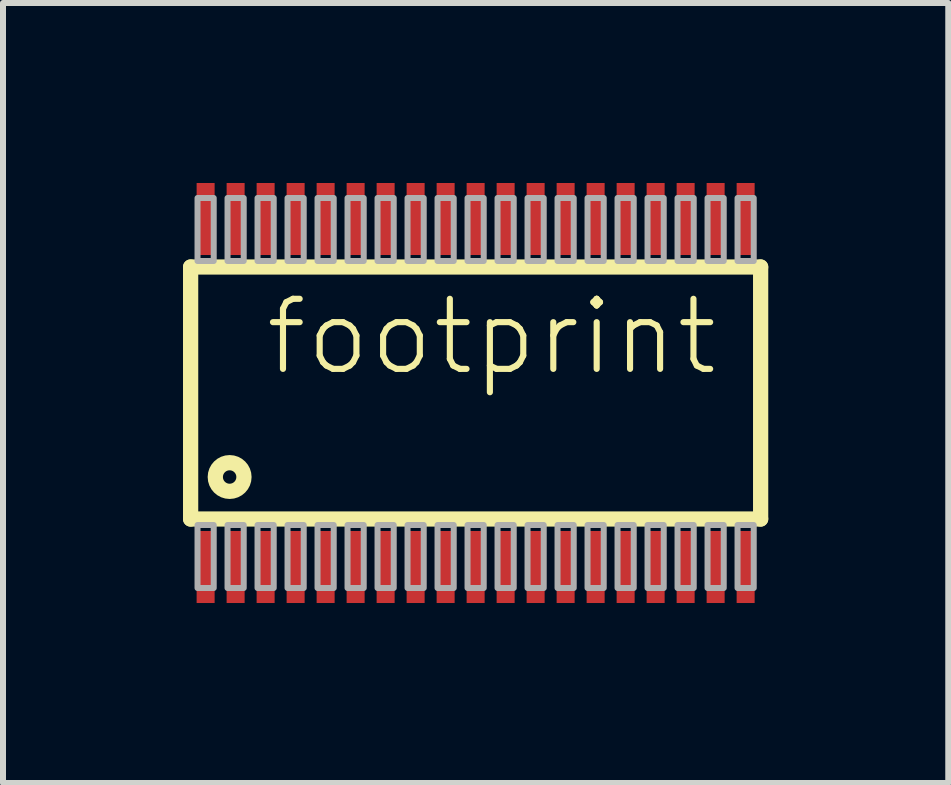
<source format=kicad_pcb>
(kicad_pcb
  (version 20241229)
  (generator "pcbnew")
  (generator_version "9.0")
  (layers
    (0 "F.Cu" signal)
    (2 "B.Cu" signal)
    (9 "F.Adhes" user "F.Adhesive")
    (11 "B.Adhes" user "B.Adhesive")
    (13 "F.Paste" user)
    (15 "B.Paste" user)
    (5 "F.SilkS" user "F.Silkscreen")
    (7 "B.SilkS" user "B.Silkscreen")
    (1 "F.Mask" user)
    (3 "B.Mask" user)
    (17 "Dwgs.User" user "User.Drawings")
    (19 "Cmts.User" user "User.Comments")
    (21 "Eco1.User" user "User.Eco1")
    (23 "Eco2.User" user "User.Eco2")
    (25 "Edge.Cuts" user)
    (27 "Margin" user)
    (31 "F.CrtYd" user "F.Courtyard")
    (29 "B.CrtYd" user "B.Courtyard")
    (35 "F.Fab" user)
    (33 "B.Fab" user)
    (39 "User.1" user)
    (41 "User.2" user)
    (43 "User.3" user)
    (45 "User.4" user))
  (footprint "footprint"
    (layer "F.Cu")
    (at 4.877 3.5)
    (property "Reference" "footprint" (at -3.556 -0.254 0) (layer "F.SilkS") (effects (font (size 1.168 1.168) (thickness 0.102)) (justify left bottom)))
    (fp_line (start -4.75 -2.1) (end -4.75 2.1) (stroke (width 0.254) (type solid)) (layer "F.SilkS"))
    (fp_line (start -4.75 2.1) (end 4.75 2.1) (stroke (width 0.254) (type solid)) (layer "F.SilkS"))
    (fp_line (start 4.75 -2.1) (end -4.75 -2.1) (stroke (width 0.254) (type solid)) (layer "F.SilkS"))
    (fp_line (start 4.75 2.1) (end 4.75 -2.1) (stroke (width 0.254) (type solid)) (layer "F.SilkS"))
    (fp_circle (center -4.1 1.4) (end -3.988 1.4) (stroke (width 0.254) (type solid)) (fill no) (layer "F.SilkS"))
    (fp_poly (pts (xy -4.635 3.25) (xy -4.365 3.25) (xy -4.365 2.2) (xy -4.635 2.2)) (stroke (width 0.1) (type solid)) (fill no) (layer "F.Fab"))
    (fp_poly (pts (xy -4.365 -3.25) (xy -4.635 -3.25) (xy -4.635 -2.2) (xy -4.365 -2.2)) (stroke (width 0.1) (type solid)) (fill no) (layer "F.Fab"))
    (fp_poly (pts (xy -4.135 3.25) (xy -3.865 3.25) (xy -3.865 2.2) (xy -4.135 2.2)) (stroke (width 0.1) (type solid)) (fill no) (layer "F.Fab"))
    (fp_poly (pts (xy -3.865 -3.25) (xy -4.135 -3.25) (xy -4.135 -2.2) (xy -3.865 -2.2)) (stroke (width 0.1) (type solid)) (fill no) (layer "F.Fab"))
    (fp_poly (pts (xy -3.635 3.25) (xy -3.365 3.25) (xy -3.365 2.2) (xy -3.635 2.2)) (stroke (width 0.1) (type solid)) (fill no) (layer "F.Fab"))
    (fp_poly (pts (xy -3.365 -3.25) (xy -3.635 -3.25) (xy -3.635 -2.2) (xy -3.365 -2.2)) (stroke (width 0.1) (type solid)) (fill no) (layer "F.Fab"))
    (fp_poly (pts (xy -3.135 3.25) (xy -2.865 3.25) (xy -2.865 2.2) (xy -3.135 2.2)) (stroke (width 0.1) (type solid)) (fill no) (layer "F.Fab"))
    (fp_poly (pts (xy -2.865 -3.25) (xy -3.135 -3.25) (xy -3.135 -2.2) (xy -2.865 -2.2)) (stroke (width 0.1) (type solid)) (fill no) (layer "F.Fab"))
    (fp_poly (pts (xy -2.635 3.25) (xy -2.365 3.25) (xy -2.365 2.2) (xy -2.635 2.2)) (stroke (width 0.1) (type solid)) (fill no) (layer "F.Fab"))
    (fp_poly (pts (xy -2.365 -3.25) (xy -2.635 -3.25) (xy -2.635 -2.2) (xy -2.365 -2.2)) (stroke (width 0.1) (type solid)) (fill no) (layer "F.Fab"))
    (fp_poly (pts (xy -2.135 3.25) (xy -1.865 3.25) (xy -1.865 2.2) (xy -2.135 2.2)) (stroke (width 0.1) (type solid)) (fill no) (layer "F.Fab"))
    (fp_poly (pts (xy -1.865 -3.25) (xy -2.135 -3.25) (xy -2.135 -2.2) (xy -1.865 -2.2)) (stroke (width 0.1) (type solid)) (fill no) (layer "F.Fab"))
    (fp_poly (pts (xy -1.635 3.25) (xy -1.365 3.25) (xy -1.365 2.2) (xy -1.635 2.2)) (stroke (width 0.1) (type solid)) (fill no) (layer "F.Fab"))
    (fp_poly (pts (xy -1.365 -3.25) (xy -1.635 -3.25) (xy -1.635 -2.2) (xy -1.365 -2.2)) (stroke (width 0.1) (type solid)) (fill no) (layer "F.Fab"))
    (fp_poly (pts (xy -1.135 3.25) (xy -0.865 3.25) (xy -0.865 2.2) (xy -1.135 2.2)) (stroke (width 0.1) (type solid)) (fill no) (layer "F.Fab"))
    (fp_poly (pts (xy -0.865 -3.25) (xy -1.135 -3.25) (xy -1.135 -2.2) (xy -0.865 -2.2)) (stroke (width 0.1) (type solid)) (fill no) (layer "F.Fab"))
    (fp_poly (pts (xy -0.635 3.25) (xy -0.365 3.25) (xy -0.365 2.2) (xy -0.635 2.2)) (stroke (width 0.1) (type solid)) (fill no) (layer "F.Fab"))
    (fp_poly (pts (xy -0.365 -3.25) (xy -0.635 -3.25) (xy -0.635 -2.2) (xy -0.365 -2.2)) (stroke (width 0.1) (type solid)) (fill no) (layer "F.Fab"))
    (fp_poly (pts (xy -0.135 3.25) (xy 0.135 3.25) (xy 0.135 2.2) (xy -0.135 2.2)) (stroke (width 0.1) (type solid)) (fill no) (layer "F.Fab"))
    (fp_poly (pts (xy 0.135 -3.25) (xy -0.135 -3.25) (xy -0.135 -2.2) (xy 0.135 -2.2)) (stroke (width 0.1) (type solid)) (fill no) (layer "F.Fab"))
    (fp_poly (pts (xy 0.365 3.25) (xy 0.635 3.25) (xy 0.635 2.2) (xy 0.365 2.2)) (stroke (width 0.1) (type solid)) (fill no) (layer "F.Fab"))
    (fp_poly (pts (xy 0.635 -3.25) (xy 0.365 -3.25) (xy 0.365 -2.2) (xy 0.635 -2.2)) (stroke (width 0.1) (type solid)) (fill no) (layer "F.Fab"))
    (fp_poly (pts (xy 0.865 3.25) (xy 1.135 3.25) (xy 1.135 2.2) (xy 0.865 2.2)) (stroke (width 0.1) (type solid)) (fill no) (layer "F.Fab"))
    (fp_poly (pts (xy 1.135 -3.25) (xy 0.865 -3.25) (xy 0.865 -2.2) (xy 1.135 -2.2)) (stroke (width 0.1) (type solid)) (fill no) (layer "F.Fab"))
    (fp_poly (pts (xy 1.365 3.25) (xy 1.635 3.25) (xy 1.635 2.2) (xy 1.365 2.2)) (stroke (width 0.1) (type solid)) (fill no) (layer "F.Fab"))
    (fp_poly (pts (xy 1.635 -3.25) (xy 1.365 -3.25) (xy 1.365 -2.2) (xy 1.635 -2.2)) (stroke (width 0.1) (type solid)) (fill no) (layer "F.Fab"))
    (fp_poly (pts (xy 1.865 3.25) (xy 2.135 3.25) (xy 2.135 2.2) (xy 1.865 2.2)) (stroke (width 0.1) (type solid)) (fill no) (layer "F.Fab"))
    (fp_poly (pts (xy 2.135 -3.25) (xy 1.865 -3.25) (xy 1.865 -2.2) (xy 2.135 -2.2)) (stroke (width 0.1) (type solid)) (fill no) (layer "F.Fab"))
    (fp_poly (pts (xy 2.365 3.25) (xy 2.635 3.25) (xy 2.635 2.2) (xy 2.365 2.2)) (stroke (width 0.1) (type solid)) (fill no) (layer "F.Fab"))
    (fp_poly (pts (xy 2.635 -3.25) (xy 2.365 -3.25) (xy 2.365 -2.2) (xy 2.635 -2.2)) (stroke (width 0.1) (type solid)) (fill no) (layer "F.Fab"))
    (fp_poly (pts (xy 2.865 3.25) (xy 3.135 3.25) (xy 3.135 2.2) (xy 2.865 2.2)) (stroke (width 0.1) (type solid)) (fill no) (layer "F.Fab"))
    (fp_poly (pts (xy 3.135 -3.25) (xy 2.865 -3.25) (xy 2.865 -2.2) (xy 3.135 -2.2)) (stroke (width 0.1) (type solid)) (fill no) (layer "F.Fab"))
    (fp_poly (pts (xy 3.365 3.25) (xy 3.635 3.25) (xy 3.635 2.2) (xy 3.365 2.2)) (stroke (width 0.1) (type solid)) (fill no) (layer "F.Fab"))
    (fp_poly (pts (xy 3.635 -3.25) (xy 3.365 -3.25) (xy 3.365 -2.2) (xy 3.635 -2.2)) (stroke (width 0.1) (type solid)) (fill no) (layer "F.Fab"))
    (fp_poly (pts (xy 3.865 3.25) (xy 4.135 3.25) (xy 4.135 2.2) (xy 3.865 2.2)) (stroke (width 0.1) (type solid)) (fill no) (layer "F.Fab"))
    (fp_poly (pts (xy 4.135 -3.25) (xy 3.865 -3.25) (xy 3.865 -2.2) (xy 4.135 -2.2)) (stroke (width 0.1) (type solid)) (fill no) (layer "F.Fab"))
    (fp_poly (pts (xy 4.365 3.25) (xy 4.635 3.25) (xy 4.635 2.2) (xy 4.365 2.2)) (stroke (width 0.1) (type solid)) (fill no) (layer "F.Fab"))
    (fp_poly (pts (xy 4.635 -3.25) (xy 4.365 -3.25) (xy 4.365 -2.2) (xy 4.635 -2.2)) (stroke (width 0.1) (type solid)) (fill no) (layer "F.Fab"))
    (pad "1" smd rect (at -4.5 2.9) (size 0.3 1.2) (layers "F.Cu" "F.Mask" "F.Paste"))
    (pad "2" smd rect (at -4 2.9) (size 0.3 1.2) (layers "F.Cu" "F.Mask" "F.Paste"))
    (pad "3" smd rect (at -3.5 2.9) (size 0.3 1.2) (layers "F.Cu" "F.Mask" "F.Paste"))
    (pad "4" smd rect (at -3 2.9) (size 0.3 1.2) (layers "F.Cu" "F.Mask" "F.Paste"))
    (pad "5" smd rect (at -2.5 2.9) (size 0.3 1.2) (layers "F.Cu" "F.Mask" "F.Paste"))
    (pad "6" smd rect (at -2 2.9) (size 0.3 1.2) (layers "F.Cu" "F.Mask" "F.Paste"))
    (pad "7" smd rect (at -1.5 2.9) (size 0.3 1.2) (layers "F.Cu" "F.Mask" "F.Paste"))
    (pad "8" smd rect (at -1 2.9) (size 0.3 1.2) (layers "F.Cu" "F.Mask" "F.Paste"))
    (pad "9" smd rect (at -0.5 2.9) (size 0.3 1.2) (layers "F.Cu" "F.Mask" "F.Paste"))
    (pad "10" smd rect (at 0 2.9) (size 0.3 1.2) (layers "F.Cu" "F.Mask" "F.Paste"))
    (pad "11" smd rect (at 0.5 2.9) (size 0.3 1.2) (layers "F.Cu" "F.Mask" "F.Paste"))
    (pad "12" smd rect (at 1 2.9) (size 0.3 1.2) (layers "F.Cu" "F.Mask" "F.Paste"))
    (pad "13" smd rect (at 1.5 2.9) (size 0.3 1.2) (layers "F.Cu" "F.Mask" "F.Paste"))
    (pad "14" smd rect (at 2 2.9) (size 0.3 1.2) (layers "F.Cu" "F.Mask" "F.Paste"))
    (pad "15" smd rect (at 2.5 2.9) (size 0.3 1.2) (layers "F.Cu" "F.Mask" "F.Paste"))
    (pad "16" smd rect (at 3 2.9) (size 0.3 1.2) (layers "F.Cu" "F.Mask" "F.Paste"))
    (pad "17" smd rect (at 3.5 2.9) (size 0.3 1.2) (layers "F.Cu" "F.Mask" "F.Paste"))
    (pad "18" smd rect (at 4 2.9) (size 0.3 1.2) (layers "F.Cu" "F.Mask" "F.Paste"))
    (pad "19" smd rect (at 4.5 2.9) (size 0.3 1.2) (layers "F.Cu" "F.Mask" "F.Paste"))
    (pad "20" smd rect (at 4.5 -2.9 180) (size 0.3 1.2) (layers "F.Cu" "F.Mask" "F.Paste"))
    (pad "21" smd rect (at 4 -2.9 180) (size 0.3 1.2) (layers "F.Cu" "F.Mask" "F.Paste"))
    (pad "22" smd rect (at 3.5 -2.9 180) (size 0.3 1.2) (layers "F.Cu" "F.Mask" "F.Paste"))
    (pad "23" smd rect (at 3 -2.9 180) (size 0.3 1.2) (layers "F.Cu" "F.Mask" "F.Paste"))
    (pad "24" smd rect (at 2.5 -2.9 180) (size 0.3 1.2) (layers "F.Cu" "F.Mask" "F.Paste"))
    (pad "25" smd rect (at 2 -2.9 180) (size 0.3 1.2) (layers "F.Cu" "F.Mask" "F.Paste"))
    (pad "26" smd rect (at 1.5 -2.9 180) (size 0.3 1.2) (layers "F.Cu" "F.Mask" "F.Paste"))
    (pad "27" smd rect (at 1 -2.9 180) (size 0.3 1.2) (layers "F.Cu" "F.Mask" "F.Paste"))
    (pad "28" smd rect (at 0.5 -2.9 180) (size 0.3 1.2) (layers "F.Cu" "F.Mask" "F.Paste"))
    (pad "29" smd rect (at 0 -2.9 180) (size 0.3 1.2) (layers "F.Cu" "F.Mask" "F.Paste"))
    (pad "30" smd rect (at -0.5 -2.9 180) (size 0.3 1.2) (layers "F.Cu" "F.Mask" "F.Paste"))
    (pad "31" smd rect (at -1 -2.9 180) (size 0.3 1.2) (layers "F.Cu" "F.Mask" "F.Paste"))
    (pad "32" smd rect (at -1.5 -2.9 180) (size 0.3 1.2) (layers "F.Cu" "F.Mask" "F.Paste"))
    (pad "33" smd rect (at -2 -2.9 180) (size 0.3 1.2) (layers "F.Cu" "F.Mask" "F.Paste"))
    (pad "34" smd rect (at -2.5 -2.9 180) (size 0.3 1.2) (layers "F.Cu" "F.Mask" "F.Paste"))
    (pad "35" smd rect (at -3 -2.9 180) (size 0.3 1.2) (layers "F.Cu" "F.Mask" "F.Paste"))
    (pad "36" smd rect (at -3.5 -2.9 180) (size 0.3 1.2) (layers "F.Cu" "F.Mask" "F.Paste"))
    (pad "37" smd rect (at -4 -2.9 180) (size 0.3 1.2) (layers "F.Cu" "F.Mask" "F.Paste"))
    (pad "38" smd rect (at -4.5 -2.9 180) (size 0.3 1.2) (layers "F.Cu" "F.Mask" "F.Paste")))
  (gr_rect
    (start -3 -3)
    (end 12.754 10)
    (stroke (width 0.1) (type default))
    (fill no)
    (layer "Edge.Cuts")))
</source>
